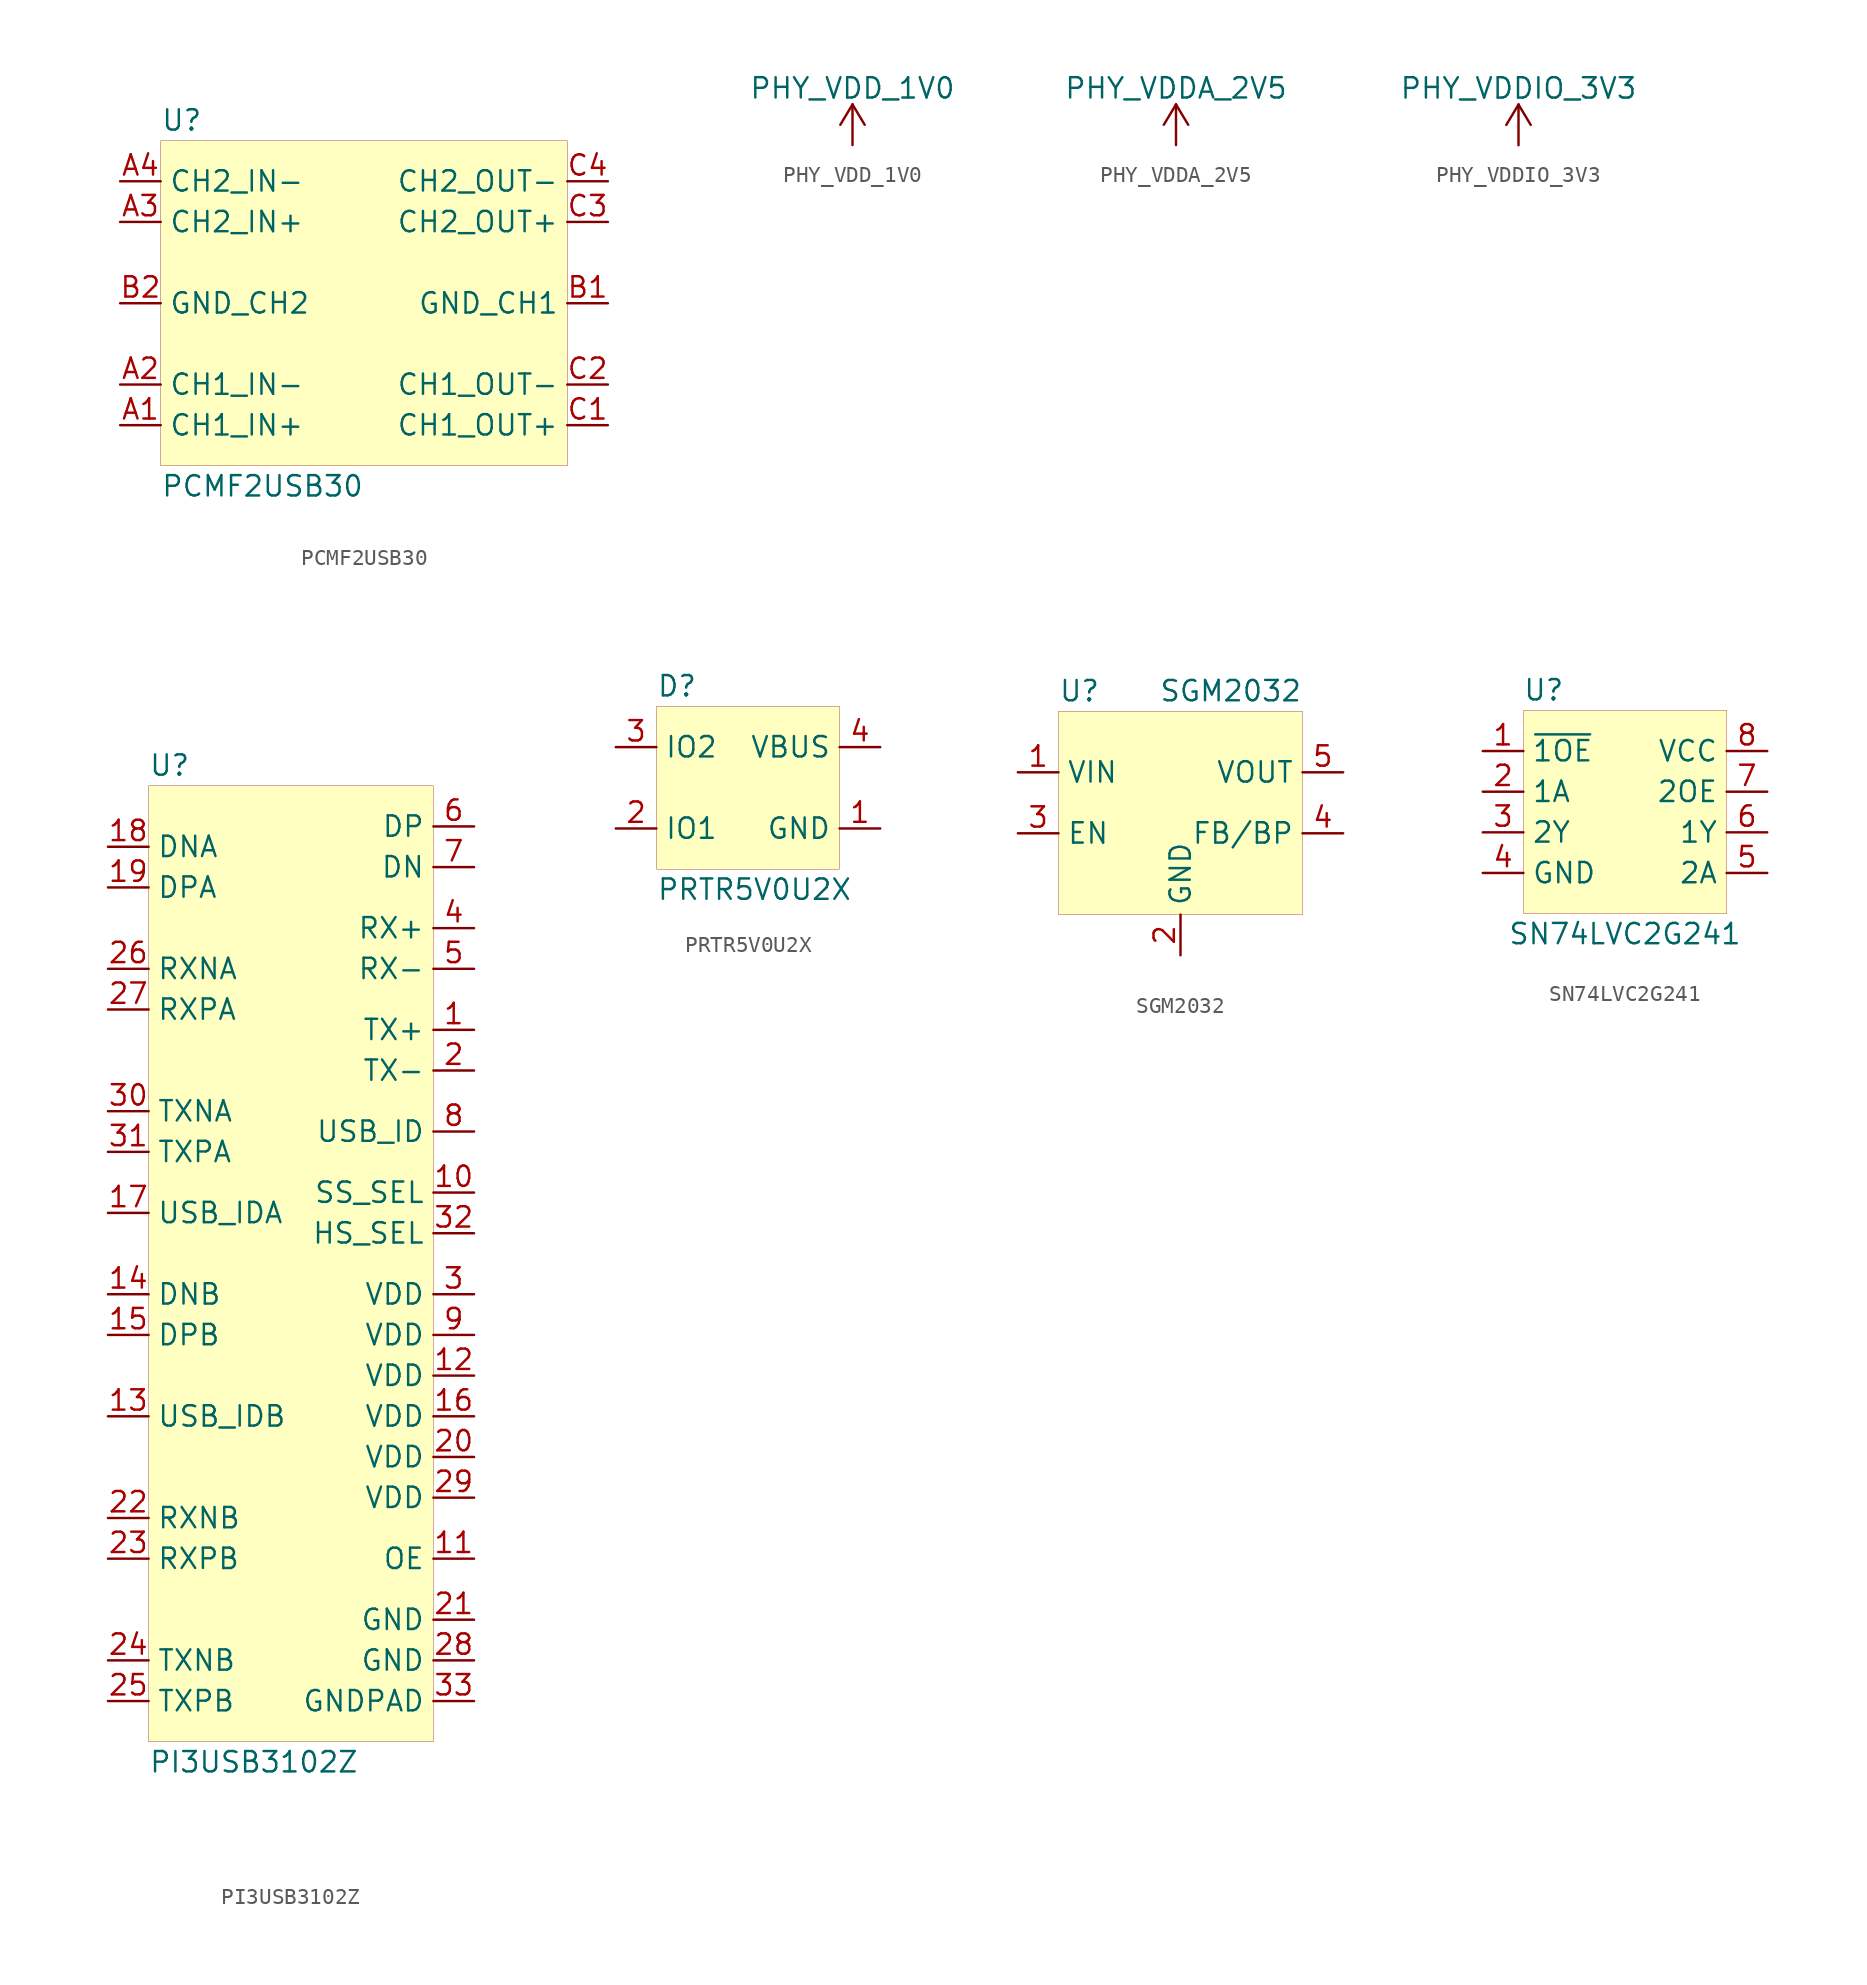
<source format=kicad_sym>
(kicad_symbol_lib
  (version 20201005)
  (generator kicad_symbol_editor)
  (symbol "beaglebone-ai:PCMF2USB30"
    (property "Reference" "U"
      (at -12.7 11.43 0)
      (effects (font (size 1.27 1.27)) (justify left)))
    (property "Value" "PCMF2USB30"
      (at -12.7 -11.43 0)
      (effects (font (size 1.27 1.27)) (justify left)))
    (symbol "PCMF2USB30_0_1"
      (rectangle (start -12.7 10.16) (end 12.7 -10.16) (stroke (width 0.001)) (fill (type background))))
    (symbol "PCMF2USB30_1_1"
      (pin bidirectional line (at -15.24 7.62 0) (length 2.54) (name "CH2_IN-" (effects (font (size 1.27 1.27)))) (number "A4" (effects (font (size 1.27 1.27)))))
      (pin bidirectional line (at -15.24 5.08 0) (length 2.54) (name "CH2_IN+" (effects (font (size 1.27 1.27)))) (number "A3" (effects (font (size 1.27 1.27)))))
      (pin bidirectional line (at -15.24 -5.08 0) (length 2.54) (name "CH1_IN-" (effects (font (size 1.27 1.27)))) (number "A2" (effects (font (size 1.27 1.27)))))
      (pin bidirectional line (at -15.24 -7.62 0) (length 2.54) (name "CH1_IN+" (effects (font (size 1.27 1.27)))) (number "A1" (effects (font (size 1.27 1.27)))))
      (pin bidirectional line (at 15.24 -5.08 180) (length 2.54) (name "CH1_OUT-" (effects (font (size 1.27 1.27)))) (number "C2" (effects (font (size 1.27 1.27)))))
      (pin bidirectional line (at 15.24 7.62 180) (length 2.54) (name "CH2_OUT-" (effects (font (size 1.27 1.27)))) (number "C4" (effects (font (size 1.27 1.27)))))
      (pin bidirectional line (at 15.24 -7.62 180) (length 2.54) (name "CH1_OUT+" (effects (font (size 1.27 1.27)))) (number "C1" (effects (font (size 1.27 1.27)))))
      (pin bidirectional line (at 15.24 5.08 180) (length 2.54) (name "CH2_OUT+" (effects (font (size 1.27 1.27)))) (number "C3" (effects (font (size 1.27 1.27)))))
      (pin power_in line (at -15.24 0 0) (length 2.54) (name "GND_CH2" (effects (font (size 1.27 1.27)))) (number "B2" (effects (font (size 1.27 1.27)))))
      (pin power_in line (at 15.24 0 180) (length 2.54) (name "GND_CH1" (effects (font (size 1.27 1.27)))) (number "B1" (effects (font (size 1.27 1.27)))))))
  (symbol "beaglebone-ai:PHY_VDD_1V0"
    (power)
    (pin_names
      (offset 0))
    (property "Reference" "#PWR"
      (at 0 -3.81 0)
      (effects (font (size 1.27 1.27)) hide))
    (property "Value" "PHY_VDD_1V0"
      (at 0 3.556 0)
      (effects (font (size 1.27 1.27))))
    (symbol "PHY_VDD_1V0_0_1"
      (polyline (pts (xy -0.762 1.27) (xy 0 2.54)) (stroke (width 0)) (fill (type none)))
      (polyline (pts (xy 0 0) (xy 0 2.54)) (stroke (width 0)) (fill (type none)))
      (polyline (pts (xy 0 2.54) (xy 0.762 1.27)) (stroke (width 0)) (fill (type none))))
    (symbol "PHY_VDD_1V0_1_1"
      (pin power_in line (at 0 0 90) (length 0) hide (name "PHY_VDD_1V0" (effects (font (size 1.27 1.27)))) (number "1" (effects (font (size 1.27 1.27)))))))
  (symbol "beaglebone-ai:PHY_VDDA_2V5"
    (power)
    (pin_names
      (offset 0))
    (property "Reference" "#PWR"
      (at 0 -3.81 0)
      (effects (font (size 1.27 1.27)) hide))
    (property "Value" "PHY_VDDA_2V5"
      (at 0 3.556 0)
      (effects (font (size 1.27 1.27))))
    (symbol "PHY_VDDA_2V5_0_1"
      (polyline (pts (xy -0.762 1.27) (xy 0 2.54)) (stroke (width 0)) (fill (type none)))
      (polyline (pts (xy 0 0) (xy 0 2.54)) (stroke (width 0)) (fill (type none)))
      (polyline (pts (xy 0 2.54) (xy 0.762 1.27)) (stroke (width 0)) (fill (type none))))
    (symbol "PHY_VDDA_2V5_1_1"
      (pin power_in line (at 0 0 90) (length 0) hide (name "PHY_VDDA_2V5" (effects (font (size 1.27 1.27)))) (number "1" (effects (font (size 1.27 1.27)))))))
  (symbol "beaglebone-ai:PHY_VDDIO_3V3"
    (power)
    (pin_names
      (offset 0))
    (property "Reference" "#PWR"
      (at 0 -3.81 0)
      (effects (font (size 1.27 1.27)) hide))
    (property "Value" "PHY_VDDIO_3V3"
      (at 0 3.556 0)
      (effects (font (size 1.27 1.27))))
    (symbol "PHY_VDDIO_3V3_0_1"
      (polyline (pts (xy -0.762 1.27) (xy 0 2.54)) (stroke (width 0)) (fill (type none)))
      (polyline (pts (xy 0 0) (xy 0 2.54)) (stroke (width 0)) (fill (type none)))
      (polyline (pts (xy 0 2.54) (xy 0.762 1.27)) (stroke (width 0)) (fill (type none))))
    (symbol "PHY_VDDIO_3V3_1_1"
      (pin power_in line (at 0 0 90) (length 0) hide (name "PHY_VDDIO_3V3" (effects (font (size 1.27 1.27)))) (number "1" (effects (font (size 1.27 1.27)))))))
  (symbol "beaglebone-ai:PI3USB3102Z"
    (property "Reference" "U"
      (at -8.89 30.48 0)
      (effects (font (size 1.27 1.27)) (justify left)))
    (property "Value" "PI3USB3102Z"
      (at -8.89 -31.75 0)
      (effects (font (size 1.27 1.27)) (justify left)))
    (symbol "PI3USB3102Z_0_0"
      (pin input line (at 11.43 13.97 180) (length 2.54) (name "TX+" (effects (font (size 1.27 1.27)))) (number "1" (effects (font (size 1.27 1.27)))))
      (pin input line (at 11.43 11.43 180) (length 2.54) (name "TX-" (effects (font (size 1.27 1.27)))) (number "2" (effects (font (size 1.27 1.27)))))
      (pin power_in line (at 11.43 -2.54 180) (length 2.54) (name "VDD" (effects (font (size 1.27 1.27)))) (number "3" (effects (font (size 1.27 1.27)))))
      (pin input line (at 11.43 20.32 180) (length 2.54) (name "RX+" (effects (font (size 1.27 1.27)))) (number "4" (effects (font (size 1.27 1.27)))))
      (pin output line (at 11.43 17.78 180) (length 2.54) (name "RX-" (effects (font (size 1.27 1.27)))) (number "5" (effects (font (size 1.27 1.27)))))
      (pin bidirectional line (at 11.43 26.67 180) (length 2.54) (name "DP" (effects (font (size 1.27 1.27)))) (number "6" (effects (font (size 1.27 1.27)))))
      (pin bidirectional line (at 11.43 24.13 180) (length 2.54) (name "DN" (effects (font (size 1.27 1.27)))) (number "7" (effects (font (size 1.27 1.27)))))
      (pin output line (at 11.43 7.62 180) (length 2.54) (name "USB_ID" (effects (font (size 1.27 1.27)))) (number "8" (effects (font (size 1.27 1.27)))))
      (pin power_in line (at 11.43 -5.08 180) (length 2.54) (name "VDD" (effects (font (size 1.27 1.27)))) (number "9" (effects (font (size 1.27 1.27)))))
      (pin input line (at 11.43 3.81 180) (length 2.54) (name "SS_SEL" (effects (font (size 1.27 1.27)))) (number "10" (effects (font (size 1.27 1.27)))))
      (pin input line (at 11.43 -19.05 180) (length 2.54) (name "OE" (effects (font (size 1.27 1.27)))) (number "11" (effects (font (size 1.27 1.27)))))
      (pin power_in line (at 11.43 -7.62 180) (length 2.54) (name "VDD" (effects (font (size 1.27 1.27)))) (number "12" (effects (font (size 1.27 1.27)))))
      (pin input line (at -11.43 -10.16 0) (length 2.54) (name "USB_IDB" (effects (font (size 1.27 1.27)))) (number "13" (effects (font (size 1.27 1.27)))))
      (pin bidirectional line (at -11.43 -2.54 0) (length 2.54) (name "DNB" (effects (font (size 1.27 1.27)))) (number "14" (effects (font (size 1.27 1.27)))))
      (pin bidirectional line (at -11.43 -5.08 0) (length 2.54) (name "DPB" (effects (font (size 1.27 1.27)))) (number "15" (effects (font (size 1.27 1.27)))))
      (pin power_in line (at 11.43 -10.16 180) (length 2.54) (name "VDD" (effects (font (size 1.27 1.27)))) (number "16" (effects (font (size 1.27 1.27)))))
      (pin input line (at -11.43 2.54 0) (length 2.54) (name "USB_IDA" (effects (font (size 1.27 1.27)))) (number "17" (effects (font (size 1.27 1.27)))))
      (pin bidirectional line (at -11.43 25.4 0) (length 2.54) (name "DNA" (effects (font (size 1.27 1.27)))) (number "18" (effects (font (size 1.27 1.27)))))
      (pin bidirectional line (at -11.43 22.86 0) (length 2.54) (name "DPA" (effects (font (size 1.27 1.27)))) (number "19" (effects (font (size 1.27 1.27)))))
      (pin power_in line (at 11.43 -12.7 180) (length 2.54) (name "VDD" (effects (font (size 1.27 1.27)))) (number "20" (effects (font (size 1.27 1.27)))))
      (pin power_in line (at 11.43 -22.86 180) (length 2.54) (name "GND" (effects (font (size 1.27 1.27)))) (number "21" (effects (font (size 1.27 1.27)))))
      (pin input line (at -11.43 -16.51 0) (length 2.54) (name "RXNB" (effects (font (size 1.27 1.27)))) (number "22" (effects (font (size 1.27 1.27)))))
      (pin input line (at -11.43 -19.05 0) (length 2.54) (name "RXPB" (effects (font (size 1.27 1.27)))) (number "23" (effects (font (size 1.27 1.27)))))
      (pin output line (at -11.43 -25.4 0) (length 2.54) (name "TXNB" (effects (font (size 1.27 1.27)))) (number "24" (effects (font (size 1.27 1.27)))))
      (pin output line (at -11.43 -27.94 0) (length 2.54) (name "TXPB" (effects (font (size 1.27 1.27)))) (number "25" (effects (font (size 1.27 1.27)))))
      (pin input line (at -11.43 17.78 0) (length 2.54) (name "RXNA" (effects (font (size 1.27 1.27)))) (number "26" (effects (font (size 1.27 1.27)))))
      (pin input line (at -11.43 15.24 0) (length 2.54) (name "RXPA" (effects (font (size 1.27 1.27)))) (number "27" (effects (font (size 1.27 1.27)))))
      (pin power_in line (at 11.43 -25.4 180) (length 2.54) (name "GND" (effects (font (size 1.27 1.27)))) (number "28" (effects (font (size 1.27 1.27)))))
      (pin power_in line (at 11.43 -15.24 180) (length 2.54) (name "VDD" (effects (font (size 1.27 1.27)))) (number "29" (effects (font (size 1.27 1.27)))))
      (pin output line (at -11.43 8.89 0) (length 2.54) (name "TXNA" (effects (font (size 1.27 1.27)))) (number "30" (effects (font (size 1.27 1.27)))))
      (pin output line (at -11.43 6.35 0) (length 2.54) (name "TXPA" (effects (font (size 1.27 1.27)))) (number "31" (effects (font (size 1.27 1.27)))))
      (pin input line (at 11.43 1.27 180) (length 2.54) (name "HS_SEL" (effects (font (size 1.27 1.27)))) (number "32" (effects (font (size 1.27 1.27)))))
      (pin power_in line (at 11.43 -27.94 180) (length 2.54) (name "GNDPAD" (effects (font (size 1.27 1.27)))) (number "33" (effects (font (size 1.27 1.27))))))
    (symbol "PI3USB3102Z_0_1"
      (rectangle (start -8.89 29.21) (end 8.89 -30.48) (stroke (width 0.001)) (fill (type background)))))
  (symbol "beaglebone-ai:PRTR5V0U2X"
    (property "Reference" "D"
      (at -5.08 6.35 0)
      (effects (font (size 1.27 1.27)) (justify left)))
    (property "Value" "PRTR5V0U2X"
      (at -5.08 -6.35 0)
      (effects (font (size 1.27 1.27)) (justify left)))
    (symbol "PRTR5V0U2X_0_1"
      (rectangle (start -5.08 5.08) (end 6.35 -5.08) (stroke (width 0.001)) (fill (type background))))
    (symbol "PRTR5V0U2X_1_1"
      (pin bidirectional line (at -7.62 2.54 0) (length 2.54) (name "IO2" (effects (font (size 1.27 1.27)))) (number "3" (effects (font (size 1.27 1.27)))))
      (pin bidirectional line (at -7.62 -2.54 0) (length 2.54) (name "IO1" (effects (font (size 1.27 1.27)))) (number "2" (effects (font (size 1.27 1.27)))))
      (pin power_in line (at 8.89 2.54 180) (length 2.54) (name "VBUS" (effects (font (size 1.27 1.27)))) (number "4" (effects (font (size 1.27 1.27)))))
      (pin power_in line (at 8.89 -2.54 180) (length 2.54) (name "GND" (effects (font (size 1.27 1.27)))) (number "1" (effects (font (size 1.27 1.27)))))))
  (symbol "beaglebone-ai:SGM2032"
    (property "Reference" "U"
      (at -6.35 12.7 0)
      (effects (font (size 1.27 1.27)) (justify left)))
    (property "Value" "SGM2032"
      (at 8.89 12.7 0)
      (effects (font (size 1.27 1.27)) (justify right)))
    (symbol "SGM2032_0_1"
      (rectangle (start -6.35 11.43) (end 8.89 -1.27) (stroke (width 0.001)) (fill (type background))))
    (symbol "SGM2032_1_1"
      (pin power_in line (at -8.89 7.62 0) (length 2.54) (name "VIN" (effects (font (size 1.27 1.27)))) (number "1" (effects (font (size 1.27 1.27)))))
      (pin input line (at -8.89 3.81 0) (length 2.54) (name "EN" (effects (font (size 1.27 1.27)))) (number "3" (effects (font (size 1.27 1.27)))))
      (pin power_in line (at 1.27 -3.81 90) (length 2.54) (name "GND" (effects (font (size 1.27 1.27)))) (number "2" (effects (font (size 1.27 1.27)))))
      (pin input line (at 11.43 3.81 180) (length 2.54) (name "FB/BP" (effects (font (size 1.27 1.27)))) (number "4" (effects (font (size 1.27 1.27)))))
      (pin power_out line (at 11.43 7.62 180) (length 2.54) (name "VOUT" (effects (font (size 1.27 1.27)))) (number "5" (effects (font (size 1.27 1.27)))))))
  (symbol "beaglebone-ai:SN74LVC2G241"
    (property "Reference" "U"
      (at -5.08 7.62 0)
      (effects (font (size 1.27 1.27))))
    (property "Value" "SN74LVC2G241"
      (at 0 -7.62 0)
      (effects (font (size 1.27 1.27))))
    (symbol "SN74LVC2G241_0_1"
      (rectangle (start -6.35 6.35) (end 6.35 -6.35) (stroke (width 0.001)) (fill (type background))))
    (symbol "SN74LVC2G241_1_1"
      (pin input line (at -8.89 3.81 0) (length 2.54) (name "~1OE" (effects (font (size 1.27 1.27)))) (number "1" (effects (font (size 1.27 1.27)))))
      (pin input line (at -8.89 1.27 0) (length 2.54) (name "1A" (effects (font (size 1.27 1.27)))) (number "2" (effects (font (size 1.27 1.27)))))
      (pin output line (at -8.89 -1.27 0) (length 2.54) (name "2Y" (effects (font (size 1.27 1.27)))) (number "3" (effects (font (size 1.27 1.27)))))
      (pin power_in line (at -8.89 -3.81 0) (length 2.54) (name "GND" (effects (font (size 1.27 1.27)))) (number "4" (effects (font (size 1.27 1.27)))))
      (pin power_in line (at 8.89 3.81 180) (length 2.54) (name "VCC" (effects (font (size 1.27 1.27)))) (number "8" (effects (font (size 1.27 1.27)))))
      (pin input line (at 8.89 1.27 180) (length 2.54) (name "2OE" (effects (font (size 1.27 1.27)))) (number "7" (effects (font (size 1.27 1.27)))))
      (pin output line (at 8.89 -1.27 180) (length 2.54) (name "1Y" (effects (font (size 1.27 1.27)))) (number "6" (effects (font (size 1.27 1.27)))))
      (pin input line (at 8.89 -3.81 180) (length 2.54) (name "2A" (effects (font (size 1.27 1.27)))) (number "5" (effects (font (size 1.27 1.27))))))))
</source>
